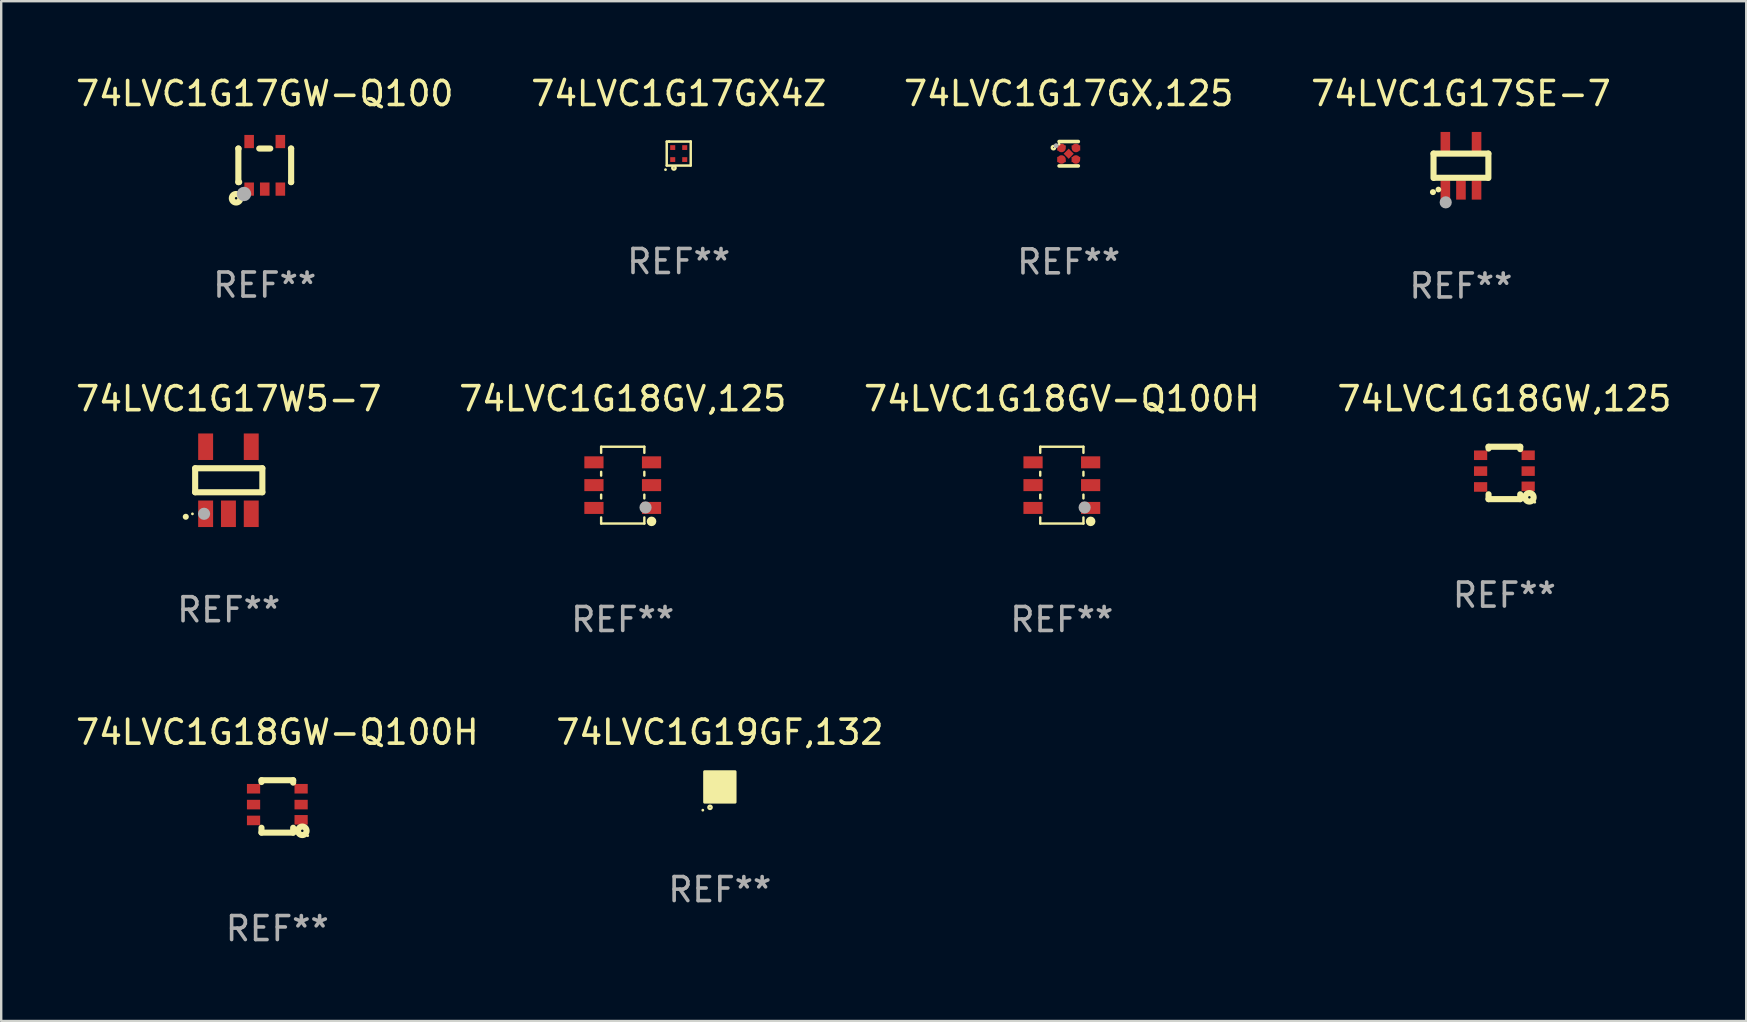
<source format=kicad_pcb>
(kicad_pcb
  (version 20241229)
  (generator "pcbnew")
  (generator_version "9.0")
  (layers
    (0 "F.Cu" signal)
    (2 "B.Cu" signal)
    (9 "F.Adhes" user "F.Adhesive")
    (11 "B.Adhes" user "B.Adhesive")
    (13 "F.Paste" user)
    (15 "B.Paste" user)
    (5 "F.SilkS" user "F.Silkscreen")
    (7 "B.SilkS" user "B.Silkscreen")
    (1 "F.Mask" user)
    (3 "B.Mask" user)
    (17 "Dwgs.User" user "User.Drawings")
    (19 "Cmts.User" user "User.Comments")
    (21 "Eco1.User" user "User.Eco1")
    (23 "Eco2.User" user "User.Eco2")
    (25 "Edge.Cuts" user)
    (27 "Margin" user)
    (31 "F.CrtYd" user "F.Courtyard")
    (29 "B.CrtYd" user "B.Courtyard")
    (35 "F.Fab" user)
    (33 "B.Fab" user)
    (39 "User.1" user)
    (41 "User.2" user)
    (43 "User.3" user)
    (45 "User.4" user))
  (footprint "74LVC1G17GW-Q100"
    (layer "F.Cu")
    (at 7.982 3.839)
    (property "Reference" "74LVC1G17GW-Q100" (at 0 -2.991 0) (layer "F.SilkS") (effects (font (size 1 1) (thickness 0.15))))
    (attr through_hole)
    (fp_line (start -1.1 -0.7) (end -1.1 0.7) (stroke (width 0.254) (type solid)) (layer "F.SilkS"))
    (fp_line (start -1.1 -0.7) (end -1.09 -0.7) (stroke (width 0.254) (type solid)) (layer "F.SilkS"))
    (fp_line (start -1.1 0.7) (end -1.065 0.7) (stroke (width 0.254) (type solid)) (layer "F.SilkS"))
    (fp_line (start -0.23 -0.7) (end 0.23 -0.7) (stroke (width 0.254) (type solid)) (layer "F.SilkS"))
    (fp_line (start 1.09 -0.7) (end 1.1 -0.7) (stroke (width 0.254) (type solid)) (layer "F.SilkS"))
    (fp_line (start 1.09 0.7) (end 1.1 0.7) (stroke (width 0.254) (type solid)) (layer "F.SilkS"))
    (fp_line (start 1.1 -0.7) (end 1.1 0.7) (stroke (width 0.254) (type solid)) (layer "F.SilkS"))
    (fp_circle (center -1.194 1.372) (end -1.143 1.372) (stroke (width 0.254) (type solid)) (fill no) (layer "F.SilkS"))
    (fp_circle (center -1.05 1.063) (end -1.02 1.063) (stroke (width 0.06) (type solid)) (fill no) (layer "F.SilkS"))
    (fp_circle (center -0.864 1.194) (end -0.713 1.194) (stroke (width 0.3) (type solid)) (fill no) (layer "F.Fab"))
    (fp_text user "REF**" (at 0 4.991 0) (layer "F.Fab") (effects (font (size 1 1) (thickness 0.15))))
    (pad "1" smd rect (at -0.65 0.991 180) (size 0.399 0.551) (layers "F.Cu" "F.Mask" "F.Paste"))
    (pad "2" smd rect (at 0 0.991 180) (size 0.399 0.551) (layers "F.Cu" "F.Mask" "F.Paste"))
    (pad "3" smd rect (at 0.65 0.991 180) (size 0.399 0.551) (layers "F.Cu" "F.Mask" "F.Paste"))
    (pad "4" smd rect (at 0.65 -0.991 180) (size 0.399 0.551) (layers "F.Cu" "F.Mask" "F.Paste"))
    (pad "5" smd rect (at -0.65 -0.991 180) (size 0.399 0.551) (layers "F.Cu" "F.Mask" "F.Paste")))
  (footprint "74LVC1G17W5-7"
    (layer "F.Cu")
    (at 6.482 16.962)
    (property "Reference" "74LVC1G17W5-7" (at 0 -3.397 0) (layer "F.SilkS") (effects (font (size 1 1) (thickness 0.15))))
    (attr through_hole)
    (fp_line (start -1.4 -0.5) (end 1.4 -0.5) (stroke (width 0.254) (type solid)) (layer "F.SilkS"))
    (fp_line (start -1.4 0.5) (end -1.4 -0.5) (stroke (width 0.254) (type solid)) (layer "F.SilkS"))
    (fp_line (start 1.4 -0.5) (end 1.4 0.5) (stroke (width 0.254) (type solid)) (layer "F.SilkS"))
    (fp_line (start 1.4 0.5) (end -1.4 0.5) (stroke (width 0.254) (type solid)) (layer "F.SilkS"))
    (fp_arc (start -1.791948 1.521463) (mid -1.790678 1.521457) (end -1.789408 1.521463) (stroke (width 0.24892) (type solid)) (layer "F.SilkS"))
    (fp_circle (center -1.513 1.4) (end -1.483 1.4) (stroke (width 0.06) (type solid)) (fill no) (layer "F.SilkS"))
    (fp_circle (center -1.029 1.397) (end -0.902 1.397) (stroke (width 0.254) (type solid)) (fill no) (layer "F.Fab"))
    (fp_text user "REF**" (at 0 5.397 0) (layer "F.Fab") (effects (font (size 1 1) (thickness 0.15))))
    (pad "1" smd rect (at -0.963 1.397) (size 0.622 1.105) (layers "F.Cu" "F.Mask" "F.Paste"))
    (pad "2" smd rect (at -0.013 1.397) (size 0.622 1.105) (layers "F.Cu" "F.Mask" "F.Paste"))
    (pad "3" smd rect (at 0.937 1.397) (size 0.622 1.105) (layers "F.Cu" "F.Mask" "F.Paste"))
    (pad "4" smd rect (at 0.937 -1.397) (size 0.622 1.105) (layers "F.Cu" "F.Mask" "F.Paste"))
    (pad "5" smd rect (at -0.963 -1.397) (size 0.622 1.105) (layers "F.Cu" "F.Mask" "F.Paste")))
  (footprint "74LVC1G17GX4Z"
    (layer "F.Cu")
    (at 25.232 3.349)
    (property "Reference" "74LVC1G17GX4Z" (at 0 -2.5 0) (layer "F.SilkS") (effects (font (size 1 1) (thickness 0.15))))
    (attr through_hole)
    (fp_line (start -0.5 -0.5) (end -0.399 -0.5) (stroke (width 0.102) (type solid)) (layer "F.SilkS"))
    (fp_line (start -0.5 0.5) (end -0.5 -0.5) (stroke (width 0.102) (type solid)) (layer "F.SilkS"))
    (fp_line (start -0.399 -0.5) (end -0.399 -0.5) (stroke (width 0.102) (type solid)) (layer "F.SilkS"))
    (fp_line (start -0.399 -0.5) (end 0.5 -0.5) (stroke (width 0.102) (type solid)) (layer "F.SilkS"))
    (fp_line (start 0.5 -0.5) (end 0.5 -0.5) (stroke (width 0.102) (type solid)) (layer "F.SilkS"))
    (fp_line (start 0.5 -0.5) (end 0.5 0.5) (stroke (width 0.102) (type solid)) (layer "F.SilkS"))
    (fp_line (start 0.5 0.5) (end -0.5 0.5) (stroke (width 0.102) (type solid)) (layer "F.SilkS"))
    (fp_circle (center -0.551 0.67) (end -0.521 0.67) (stroke (width 0.06) (type solid)) (fill no) (layer "F.SilkS"))
    (fp_circle (center -0.2 0.6) (end -0.18 0.6) (stroke (width 0.1) (type solid)) (fill no) (layer "F.SilkS"))
    (fp_text user "REF**" (at 0 4.5 0) (layer "F.Fab") (effects (font (size 1 1) (thickness 0.15))))
    (pad "1" smd rect (at -0.25 0.25 90) (size 0.2 0.21) (layers "F.Cu" "F.Mask" "F.Paste"))
    (pad "2" smd rect (at 0.25 0.25 90) (size 0.2 0.21) (layers "F.Cu" "F.Mask" "F.Paste"))
    (pad "3" smd rect (at 0.25 -0.25 90) (size 0.2 0.21) (layers "F.Cu" "F.Mask" "F.Paste"))
    (pad "4" smd rect (at -0.25 -0.25 90) (size 0.2 0.21) (layers "F.Cu" "F.Mask" "F.Paste")))
  (footprint "74LVC1G17SE-7"
    (layer "F.Cu")
    (at 57.827 3.858)
    (property "Reference" "74LVC1G17SE-7" (at 0 -3.01 0) (layer "F.SilkS") (effects (font (size 1 1) (thickness 0.15))))
    (attr through_hole)
    (fp_line (start -1.143 -0.508) (end -1.143 0.508) (stroke (width 0.254) (type solid)) (layer "F.SilkS"))
    (fp_line (start -1.1 0.5) (end 1.1 0.5) (stroke (width 0.254) (type solid)) (layer "F.SilkS"))
    (fp_line (start 1.143 -0.508) (end -1.143 -0.508) (stroke (width 0.254) (type solid)) (layer "F.SilkS"))
    (fp_line (start 1.143 0.508) (end 1.143 -0.508) (stroke (width 0.254) (type solid)) (layer "F.SilkS"))
    (fp_arc (start -1.167717 1.098095) (mid -1.166447 1.098088) (end -1.165177 1.098095) (stroke (width 0.24892) (type solid)) (layer "F.SilkS"))
    (fp_circle (center -0.94 0.99) (end -0.88 0.99) (stroke (width 0.12) (type solid)) (fill no) (layer "F.SilkS"))
    (fp_circle (center -0.635 1.524) (end -0.508 1.524) (stroke (width 0.254) (type solid)) (fill no) (layer "F.Fab"))
    (fp_text user "REF**" (at 0 5.01 0) (layer "F.Fab") (effects (font (size 1 1) (thickness 0.15))))
    (pad "1" smd rect (at -0.65 1.01 180) (size 0.4 0.8) (layers "F.Cu" "F.Mask" "F.Paste"))
    (pad "2" smd rect (at 0 1.01 180) (size 0.4 0.8) (layers "F.Cu" "F.Mask" "F.Paste"))
    (pad "3" smd rect (at 0.65 1.01 180) (size 0.4 0.8) (layers "F.Cu" "F.Mask" "F.Paste"))
    (pad "4" smd rect (at 0.65 -1.01 180) (size 0.4 0.8) (layers "F.Cu" "F.Mask" "F.Paste"))
    (pad "5" smd rect (at -0.65 -1.01 180) (size 0.4 0.8) (layers "F.Cu" "F.Mask" "F.Paste")))
  (footprint "74LVC1G19GF,132"
    (layer "F.Cu")
    (at 26.946 29.741)
    (property "Reference" "74LVC1G19GF,132" (at 0 -2.28 0) (layer "F.SilkS") (effects (font (size 1 1) (thickness 0.15))))
    (attr through_hole)
    (fp_circle (center -0.71 0.968) (end -0.68 0.968) (stroke (width 0.06) (type solid)) (fill no) (layer "F.SilkS"))
    (fp_circle (center -0.41 0.85) (end -0.342 0.85) (stroke (width 0.1) (type solid)) (fill no) (layer "F.SilkS"))
    (fp_poly (pts (xy -0.635 -0.635) (xy 0.635 -0.635) (xy 0.635 0.635) (xy -0.635 0.635)) (stroke (width 0.12) (type solid)) (fill yes) (layer "F.SilkS"))
    (fp_text user "REF**" (at 0 4.28 0) (layer "F.Fab") (effects (font (size 1 1) (thickness 0.15))))
    (pad "1" smd rect (at -0.35 0.28 90) (size 0.35 0.2) (layers "F.Cu" "F.Mask" "F.Paste"))
    (pad "2" smd rect (at 0 0.28 90) (size 0.35 0.2) (layers "F.Cu" "F.Mask" "F.Paste"))
    (pad "3" smd rect (at 0.35 0.28 90) (size 0.35 0.2) (layers "F.Cu" "F.Mask" "F.Paste"))
    (pad "4" smd rect (at 0.35 -0.28 90) (size 0.35 0.2) (layers "F.Cu" "F.Mask" "F.Paste"))
    (pad "5" smd rect (at 0 -0.28 90) (size 0.35 0.2) (layers "F.Cu" "F.Mask" "F.Paste"))
    (pad "6" smd rect (at -0.35 -0.28 90) (size 0.35 0.2) (layers "F.Cu" "F.Mask" "F.Paste")))
  (footprint "74LVC1G18GV-Q100H"
    (layer "F.Cu")
    (at 41.196 17.165)
    (property "Reference" "74LVC1G18GV-Q100H" (at 0 -3.6 0) (layer "F.SilkS") (effects (font (size 1 1) (thickness 0.15))))
    (attr through_hole)
    (fp_line (start -0.9 -1.6) (end 0.9 -1.6) (stroke (width 0.101) (type solid)) (layer "F.SilkS"))
    (fp_line (start -0.9 -1.346) (end -0.9 -1.6) (stroke (width 0.101) (type solid)) (layer "F.SilkS"))
    (fp_line (start -0.9 -0.396) (end -0.9 -0.554) (stroke (width 0.101) (type solid)) (layer "F.SilkS"))
    (fp_line (start -0.9 0.554) (end -0.9 0.396) (stroke (width 0.101) (type solid)) (layer "F.SilkS"))
    (fp_line (start -0.9 1.6) (end -0.9 1.346) (stroke (width 0.101) (type solid)) (layer "F.SilkS"))
    (fp_line (start -0.9 1.6) (end 0.9 1.6) (stroke (width 0.101) (type solid)) (layer "F.SilkS"))
    (fp_line (start 0.9 -1.346) (end 0.9 -1.6) (stroke (width 0.101) (type solid)) (layer "F.SilkS"))
    (fp_line (start 0.9 -0.396) (end 0.9 -0.554) (stroke (width 0.101) (type solid)) (layer "F.SilkS"))
    (fp_line (start 0.9 0.554) (end 0.9 0.396) (stroke (width 0.101) (type solid)) (layer "F.SilkS"))
    (fp_line (start 0.9 1.6) (end 0.9 1.346) (stroke (width 0.101) (type solid)) (layer "F.SilkS"))
    (fp_circle (center 1.2 1.51) (end 1.3 1.51) (stroke (width 0.2) (type solid)) (fill no) (layer "F.SilkS"))
    (fp_circle (center 1.25 1.45) (end 1.28 1.45) (stroke (width 0.06) (type solid)) (fill no) (layer "F.SilkS"))
    (fp_circle (center 0.95 0.93) (end 1.077 0.93) (stroke (width 0.254) (type solid)) (fill no) (layer "F.Fab"))
    (fp_text user "REF**" (at 0 5.6 0) (layer "F.Fab") (effects (font (size 1 1) (thickness 0.15))))
    (pad "1" smd rect (at 1.2 0.95 90) (size 0.5 0.8) (layers "F.Cu" "F.Mask" "F.Paste"))
    (pad "2" smd rect (at 1.2 0 90) (size 0.5 0.8) (layers "F.Cu" "F.Mask" "F.Paste"))
    (pad "3" smd rect (at 1.2 -0.95 90) (size 0.5 0.8) (layers "F.Cu" "F.Mask" "F.Paste"))
    (pad "4" smd rect (at -1.2 -0.95 90) (size 0.5 0.8) (layers "F.Cu" "F.Mask" "F.Paste"))
    (pad "5" smd rect (at -1.2 0 90) (size 0.5 0.8) (layers "F.Cu" "F.Mask" "F.Paste"))
    (pad "6" smd rect (at -1.2 0.95 90) (size 0.5 0.8) (layers "F.Cu" "F.Mask" "F.Paste")))
  (footprint "74LVC1G18GW-Q100H"
    (layer "F.Cu")
    (at 8.506 30.553)
    (property "Reference" "74LVC1G18GW-Q100H" (at 0 -3.092 0) (layer "F.SilkS") (effects (font (size 1 1) (thickness 0.15))))
    (attr through_hole)
    (fp_line (start -0.66 -1.092) (end -0.66 -1.016) (stroke (width 0.254) (type solid)) (layer "F.SilkS"))
    (fp_line (start -0.66 1.092) (end -0.66 0.889) (stroke (width 0.254) (type solid)) (layer "F.SilkS"))
    (fp_line (start 0.66 -1.092) (end -0.66 -1.092) (stroke (width 0.254) (type solid)) (layer "F.SilkS"))
    (fp_line (start 0.66 -0.991) (end 0.66 -1.092) (stroke (width 0.254) (type solid)) (layer "F.SilkS"))
    (fp_line (start 0.66 0.889) (end 0.66 1.092) (stroke (width 0.254) (type solid)) (layer "F.SilkS"))
    (fp_line (start 0.66 1.092) (end -0.66 1.092) (stroke (width 0.254) (type solid)) (layer "F.SilkS"))
    (fp_circle (center 1.041 1.016) (end 1.092 1.016) (stroke (width 0.254) (type solid)) (fill no) (layer "F.SilkS"))
    (fp_circle (center 1.266 1.219) (end 1.296 1.219) (stroke (width 0.06) (type solid)) (fill no) (layer "F.SilkS"))
    (fp_text user "REF**" (at 0 5.092 0) (layer "F.Fab") (effects (font (size 1 1) (thickness 0.15))))
    (pad "1" smd rect (at 0.991 0.559 270) (size 0.399 0.551) (layers "F.Cu" "F.Mask" "F.Paste"))
    (pad "2" smd rect (at 0.991 -0.076 270) (size 0.399 0.551) (layers "F.Cu" "F.Mask" "F.Paste"))
    (pad "3" smd rect (at 0.991 -0.737 270) (size 0.399 0.551) (layers "F.Cu" "F.Mask" "F.Paste"))
    (pad "4" smd rect (at -0.991 -0.737 270) (size 0.399 0.551) (layers "F.Cu" "F.Mask" "F.Paste"))
    (pad "5" smd rect (at -0.991 -0.076 270) (size 0.399 0.551) (layers "F.Cu" "F.Mask" "F.Paste"))
    (pad "6" smd rect (at -0.991 0.584 270) (size 0.399 0.551) (layers "F.Cu" "F.Mask" "F.Paste")))
  (footprint "74LVC1G18GV,125"
    (layer "F.Cu")
    (at 22.899 17.165)
    (property "Reference" "74LVC1G18GV,125" (at 0 -3.6 0) (layer "F.SilkS") (effects (font (size 1 1) (thickness 0.15))))
    (attr through_hole)
    (fp_line (start -0.9 -1.6) (end 0.9 -1.6) (stroke (width 0.101) (type solid)) (layer "F.SilkS"))
    (fp_line (start -0.9 -1.346) (end -0.9 -1.6) (stroke (width 0.101) (type solid)) (layer "F.SilkS"))
    (fp_line (start -0.9 -0.396) (end -0.9 -0.554) (stroke (width 0.101) (type solid)) (layer "F.SilkS"))
    (fp_line (start -0.9 0.554) (end -0.9 0.396) (stroke (width 0.101) (type solid)) (layer "F.SilkS"))
    (fp_line (start -0.9 1.6) (end -0.9 1.346) (stroke (width 0.101) (type solid)) (layer "F.SilkS"))
    (fp_line (start -0.9 1.6) (end 0.9 1.6) (stroke (width 0.101) (type solid)) (layer "F.SilkS"))
    (fp_line (start 0.9 -1.346) (end 0.9 -1.6) (stroke (width 0.101) (type solid)) (layer "F.SilkS"))
    (fp_line (start 0.9 -0.396) (end 0.9 -0.554) (stroke (width 0.101) (type solid)) (layer "F.SilkS"))
    (fp_line (start 0.9 0.554) (end 0.9 0.396) (stroke (width 0.101) (type solid)) (layer "F.SilkS"))
    (fp_line (start 0.9 1.6) (end 0.9 1.346) (stroke (width 0.101) (type solid)) (layer "F.SilkS"))
    (fp_circle (center 1.2 1.51) (end 1.3 1.51) (stroke (width 0.2) (type solid)) (fill no) (layer "F.SilkS"))
    (fp_circle (center 1.25 1.45) (end 1.28 1.45) (stroke (width 0.06) (type solid)) (fill no) (layer "F.SilkS"))
    (fp_circle (center 0.95 0.93) (end 1.077 0.93) (stroke (width 0.254) (type solid)) (fill no) (layer "F.Fab"))
    (fp_text user "REF**" (at 0 5.6 0) (layer "F.Fab") (effects (font (size 1 1) (thickness 0.15))))
    (pad "1" smd rect (at 1.2 0.95 90) (size 0.5 0.8) (layers "F.Cu" "F.Mask" "F.Paste"))
    (pad "2" smd rect (at 1.2 0 90) (size 0.5 0.8) (layers "F.Cu" "F.Mask" "F.Paste"))
    (pad "3" smd rect (at 1.2 -0.95 90) (size 0.5 0.8) (layers "F.Cu" "F.Mask" "F.Paste"))
    (pad "4" smd rect (at -1.2 -0.95 90) (size 0.5 0.8) (layers "F.Cu" "F.Mask" "F.Paste"))
    (pad "5" smd rect (at -1.2 0 90) (size 0.5 0.8) (layers "F.Cu" "F.Mask" "F.Paste"))
    (pad "6" smd rect (at -1.2 0.95 90) (size 0.5 0.8) (layers "F.Cu" "F.Mask" "F.Paste")))
  (footprint "74LVC1G17GX,125"
    (layer "F.Cu")
    (at 41.482 3.356)
    (property "Reference" "74LVC1G17GX,125" (at 0 -2.508 0) (layer "F.SilkS") (effects (font (size 1 1) (thickness 0.15))))
    (attr through_hole)
    (fp_line (start 0.4 -0.508) (end -0.4 -0.508) (stroke (width 0.15) (type solid)) (layer "F.SilkS"))
    (fp_line (start 0.4 0.508) (end -0.4 0.508) (stroke (width 0.15) (type solid)) (layer "F.SilkS"))
    (fp_circle (center -0.635 -0.254) (end -0.615 -0.254) (stroke (width 0.1) (type solid)) (fill no) (layer "F.SilkS"))
    (fp_circle (center -0.401 -0.4) (end -0.371 -0.4) (stroke (width 0.06) (type solid)) (fill no) (layer "F.SilkS"))
    (fp_circle (center -0.523 -0.337) (end -0.473 -0.337) (stroke (width 0.1) (type solid)) (fill no) (layer "F.Fab"))
    (fp_text user "REF**" (at 0 4.508 0) (layer "F.Fab") (effects (font (size 1 1) (thickness 0.15))))
    (pad "1" smd custom (at -0.3 -0.24) (size 0.36 0.22) (layers "F.Cu" "F.Mask" "F.Paste") (options (anchor circle)) (primitives (gr_poly (pts (xy -0.18 -0.11) (xy -0.18 0.11) (xy 0.000127 0.11) (xy 0.18 -0.03) (xy 0.18 -0.11) (xy -0.18 -0.11)) (width 0) (fill yes))))
    (pad "2" smd custom (at -0.3 0.24) (size 0.36 0.22) (layers "F.Cu" "F.Mask" "F.Paste") (options (anchor circle)) (primitives (gr_poly (pts (xy -0.18 0.11) (xy -0.18 -0.11) (xy 0.000127 -0.11) (xy 0.18 0.03) (xy 0.18 0.11) (xy -0.18 0.11)) (width 0) (fill yes))))
    (pad "3" smd rect (at 0.000102 -0.000127 45) (size 0.3 0.3) (layers "F.Cu" "F.Mask" "F.Paste"))
    (pad "4" smd custom (at 0.3 0.24 180) (size 0.36 0.22) (layers "F.Cu" "F.Mask" "F.Paste") (options (anchor circle)) (primitives (gr_poly (pts (xy 0.18 0.11) (xy 0.18 -0.11) (xy -0.000178 -0.11) (xy -0.18 0.03) (xy -0.18 0.11) (xy 0.18 0.11)) (width 0) (fill yes))))
    (pad "5" smd custom (at 0.3 -0.24) (size 0.36 0.22) (layers "F.Cu" "F.Mask" "F.Paste") (options (anchor circle)) (primitives (gr_poly (pts (xy 0.18 -0.11) (xy 0.18 0.11) (xy -0.000152 0.11) (xy -0.18 -0.03) (xy -0.18 -0.11) (xy 0.18 -0.11)) (width 0) (fill yes)))))
  (footprint "74LVC1G18GW,125"
    (layer "F.Cu")
    (at 59.637 16.657)
    (property "Reference" "74LVC1G18GW,125" (at 0 -3.092 0) (layer "F.SilkS") (effects (font (size 1 1) (thickness 0.15))))
    (attr through_hole)
    (fp_line (start -0.66 -1.092) (end -0.66 -1.016) (stroke (width 0.254) (type solid)) (layer "F.SilkS"))
    (fp_line (start -0.66 1.092) (end -0.66 0.889) (stroke (width 0.254) (type solid)) (layer "F.SilkS"))
    (fp_line (start 0.66 -1.092) (end -0.66 -1.092) (stroke (width 0.254) (type solid)) (layer "F.SilkS"))
    (fp_line (start 0.66 -0.991) (end 0.66 -1.092) (stroke (width 0.254) (type solid)) (layer "F.SilkS"))
    (fp_line (start 0.66 0.889) (end 0.66 1.092) (stroke (width 0.254) (type solid)) (layer "F.SilkS"))
    (fp_line (start 0.66 1.092) (end -0.66 1.092) (stroke (width 0.254) (type solid)) (layer "F.SilkS"))
    (fp_circle (center 1.041 1.016) (end 1.092 1.016) (stroke (width 0.254) (type solid)) (fill no) (layer "F.SilkS"))
    (fp_circle (center 1.266 1.219) (end 1.296 1.219) (stroke (width 0.06) (type solid)) (fill no) (layer "F.SilkS"))
    (fp_text user "REF**" (at 0 5.092 0) (layer "F.Fab") (effects (font (size 1 1) (thickness 0.15))))
    (pad "1" smd rect (at 0.991 0.559 270) (size 0.399 0.551) (layers "F.Cu" "F.Mask" "F.Paste"))
    (pad "2" smd rect (at 0.991 -0.076 270) (size 0.399 0.551) (layers "F.Cu" "F.Mask" "F.Paste"))
    (pad "3" smd rect (at 0.991 -0.737 270) (size 0.399 0.551) (layers "F.Cu" "F.Mask" "F.Paste"))
    (pad "4" smd rect (at -0.991 -0.737 270) (size 0.399 0.551) (layers "F.Cu" "F.Mask" "F.Paste"))
    (pad "5" smd rect (at -0.991 -0.076 270) (size 0.399 0.551) (layers "F.Cu" "F.Mask" "F.Paste"))
    (pad "6" smd rect (at -0.991 0.584 270) (size 0.399 0.551) (layers "F.Cu" "F.Mask" "F.Paste")))
  (gr_rect
    (start -3 -3)
    (end 69.714 39.494)
    (stroke (width 0.1) (type default))
    (fill no)
    (layer "Edge.Cuts")))
</source>
